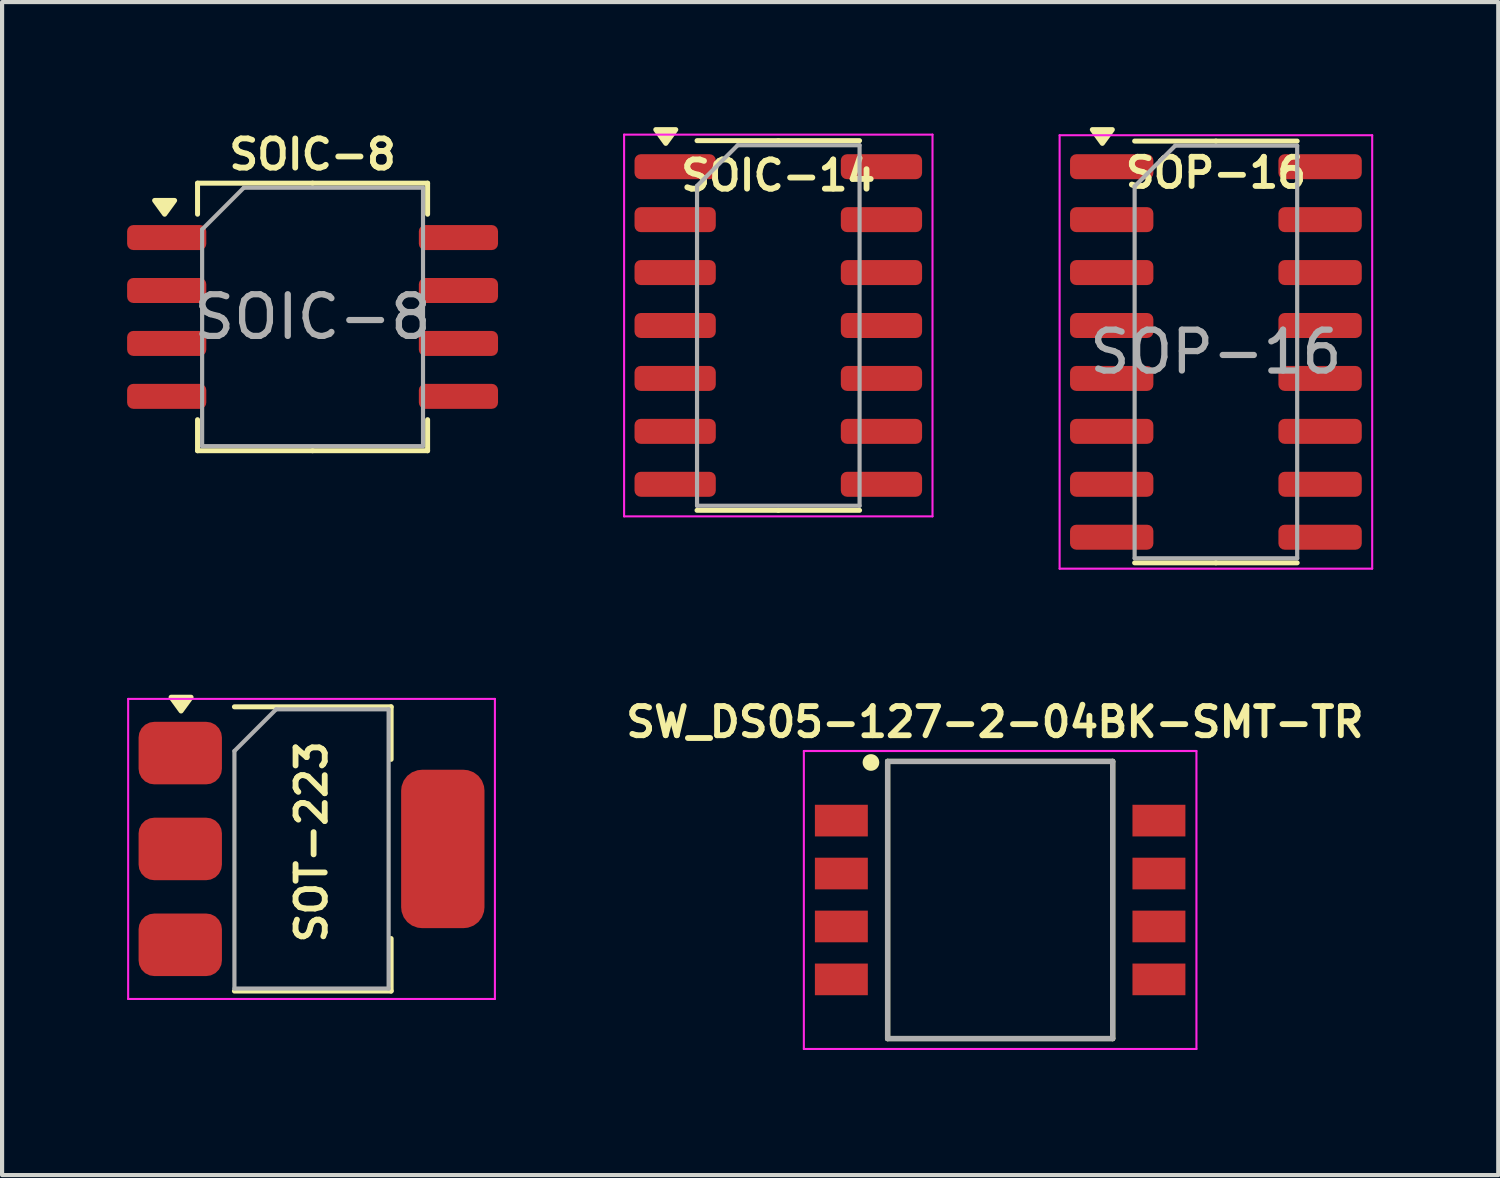
<source format=kicad_pcb>
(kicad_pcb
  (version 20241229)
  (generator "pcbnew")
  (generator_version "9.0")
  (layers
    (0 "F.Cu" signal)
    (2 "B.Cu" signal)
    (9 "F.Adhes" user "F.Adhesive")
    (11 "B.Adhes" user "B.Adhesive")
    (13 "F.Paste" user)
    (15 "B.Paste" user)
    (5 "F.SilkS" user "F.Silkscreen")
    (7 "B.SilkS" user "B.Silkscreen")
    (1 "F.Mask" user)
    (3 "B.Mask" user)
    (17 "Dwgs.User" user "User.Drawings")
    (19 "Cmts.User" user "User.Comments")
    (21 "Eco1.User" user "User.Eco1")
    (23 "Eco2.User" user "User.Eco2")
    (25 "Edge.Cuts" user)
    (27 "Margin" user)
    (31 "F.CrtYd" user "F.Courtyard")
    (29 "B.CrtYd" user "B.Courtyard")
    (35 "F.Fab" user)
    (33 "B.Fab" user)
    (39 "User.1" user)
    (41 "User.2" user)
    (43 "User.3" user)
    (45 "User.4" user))
  (footprint "SW_DS05-127-2-04BK-SMT-TR"
    (layer "F.Cu")
    (at 20.948 18.545)
    (property "Reference" "SW_DS05-127-2-04BK-SMT-TR" (at -0.125 -4.27 0) (layer "F.SilkS") (effects (font (size 0.7 0.7) (thickness 0.14) (bold yes))))
    (attr smd)
    (fp_line (start -2.7 -3.325) (end -2.7 3.325) (stroke (width 0.127) (type solid)) (layer "F.SilkS"))
    (fp_line (start -2.7 3.325) (end 2.7 3.325) (stroke (width 0.127) (type solid)) (layer "F.SilkS"))
    (fp_line (start 2.7 -3.325) (end -2.7 -3.325) (stroke (width 0.127) (type solid)) (layer "F.SilkS"))
    (fp_line (start 2.7 -3.325) (end 2.7 3.325) (stroke (width 0.127) (type solid)) (layer "F.SilkS"))
    (fp_circle (center -3.1 -3.3) (end -3 -3.3) (stroke (width 0.2) (type solid)) (fill no) (layer "F.SilkS"))
    (fp_line (start -4.71 -3.575) (end 4.71 -3.575) (stroke (width 0.05) (type solid)) (layer "F.CrtYd"))
    (fp_line (start -4.71 3.575) (end -4.71 -3.575) (stroke (width 0.05) (type solid)) (layer "F.CrtYd"))
    (fp_line (start 4.71 -3.575) (end 4.71 3.575) (stroke (width 0.05) (type solid)) (layer "F.CrtYd"))
    (fp_line (start 4.71 3.575) (end -4.71 3.575) (stroke (width 0.05) (type solid)) (layer "F.CrtYd"))
    (fp_line (start -2.7 -3.325) (end -2.7 3.325) (stroke (width 0.127) (type solid)) (layer "F.Fab"))
    (fp_line (start -2.7 3.325) (end 2.7 3.325) (stroke (width 0.127) (type solid)) (layer "F.Fab"))
    (fp_line (start 2.7 -3.325) (end -2.7 -3.325) (stroke (width 0.127) (type solid)) (layer "F.Fab"))
    (fp_line (start 2.7 3.325) (end 2.7 -3.325) (stroke (width 0.127) (type solid)) (layer "F.Fab"))
    (pad "1" smd rect (at -3.81 -1.905) (size 1.27 0.76) (layers "F.Cu" "F.Mask" "F.Paste"))
    (pad "2" smd rect (at -3.81 -0.635) (size 1.27 0.76) (layers "F.Cu" "F.Mask" "F.Paste"))
    (pad "3" smd rect (at -3.81 0.635) (size 1.27 0.76) (layers "F.Cu" "F.Mask" "F.Paste"))
    (pad "4" smd rect (at -3.81 1.905) (size 1.27 0.76) (layers "F.Cu" "F.Mask" "F.Paste"))
    (pad "5" smd rect (at 3.81 1.905) (size 1.27 0.76) (layers "F.Cu" "F.Mask" "F.Paste"))
    (pad "6" smd rect (at 3.81 0.635) (size 1.27 0.76) (layers "F.Cu" "F.Mask" "F.Paste"))
    (pad "7" smd rect (at 3.81 -0.635) (size 1.27 0.76) (layers "F.Cu" "F.Mask" "F.Paste"))
    (pad "8" smd rect (at 3.81 -1.905) (size 1.27 0.76) (layers "F.Cu" "F.Mask" "F.Paste")))
  (footprint "SOIC-14"
    (layer "F.Cu")
    (at 15.625 4.76)
    (property "Reference" "SOIC-14" (at 0 -3.6 0) (layer "F.SilkS") (effects (font (size 0.7 0.7) (thickness 0.14) (bold yes))))
    (attr smd)
    (fp_line (start 0 -4.435) (end -1.95 -4.435) (stroke (width 0.12) (type solid)) (layer "F.SilkS"))
    (fp_line (start 0 -4.435) (end 1.95 -4.435) (stroke (width 0.12) (type solid)) (layer "F.SilkS"))
    (fp_line (start 0 4.435) (end -1.95 4.435) (stroke (width 0.12) (type solid)) (layer "F.SilkS"))
    (fp_line (start 0 4.435) (end 1.95 4.435) (stroke (width 0.12) (type solid)) (layer "F.SilkS"))
    (fp_poly (pts (xy -2.7 -4.37) (xy -2.94 -4.7) (xy -2.46 -4.7) (xy -2.7 -4.37)) (stroke (width 0.12) (type solid)) (fill yes) (layer "F.SilkS"))
    (fp_line (start -3.7 -4.58) (end -3.7 4.58) (stroke (width 0.05) (type solid)) (layer "F.CrtYd"))
    (fp_line (start -3.7 4.58) (end 3.7 4.58) (stroke (width 0.05) (type solid)) (layer "F.CrtYd"))
    (fp_line (start 3.7 -4.58) (end -3.7 -4.58) (stroke (width 0.05) (type solid)) (layer "F.CrtYd"))
    (fp_line (start 3.7 4.58) (end 3.7 -4.58) (stroke (width 0.05) (type solid)) (layer "F.CrtYd"))
    (fp_line (start -1.95 -3.35) (end -0.975 -4.325) (stroke (width 0.1) (type solid)) (layer "F.Fab"))
    (fp_line (start -1.95 4.325) (end -1.95 -3.35) (stroke (width 0.1) (type solid)) (layer "F.Fab"))
    (fp_line (start -0.975 -4.325) (end 1.95 -4.325) (stroke (width 0.1) (type solid)) (layer "F.Fab"))
    (fp_line (start 1.95 -4.325) (end 1.95 4.325) (stroke (width 0.1) (type solid)) (layer "F.Fab"))
    (fp_line (start 1.95 4.325) (end -1.95 4.325) (stroke (width 0.1) (type solid)) (layer "F.Fab"))
    (pad "1" smd roundrect (at -2.475 -3.81) (size 1.95 0.6) (layers "F.Cu" "F.Mask" "F.Paste") (roundrect_rratio 0.25))
    (pad "2" smd roundrect (at -2.475 -2.54) (size 1.95 0.6) (layers "F.Cu" "F.Mask" "F.Paste") (roundrect_rratio 0.25))
    (pad "3" smd roundrect (at -2.475 -1.27) (size 1.95 0.6) (layers "F.Cu" "F.Mask" "F.Paste") (roundrect_rratio 0.25))
    (pad "4" smd roundrect (at -2.475 0) (size 1.95 0.6) (layers "F.Cu" "F.Mask" "F.Paste") (roundrect_rratio 0.25))
    (pad "5" smd roundrect (at -2.475 1.27) (size 1.95 0.6) (layers "F.Cu" "F.Mask" "F.Paste") (roundrect_rratio 0.25))
    (pad "6" smd roundrect (at -2.475 2.54) (size 1.95 0.6) (layers "F.Cu" "F.Mask" "F.Paste") (roundrect_rratio 0.25))
    (pad "7" smd roundrect (at -2.475 3.81) (size 1.95 0.6) (layers "F.Cu" "F.Mask" "F.Paste") (roundrect_rratio 0.25))
    (pad "8" smd roundrect (at 2.475 3.81) (size 1.95 0.6) (layers "F.Cu" "F.Mask" "F.Paste") (roundrect_rratio 0.25))
    (pad "9" smd roundrect (at 2.475 2.54) (size 1.95 0.6) (layers "F.Cu" "F.Mask" "F.Paste") (roundrect_rratio 0.25))
    (pad "10" smd roundrect (at 2.475 1.27) (size 1.95 0.6) (layers "F.Cu" "F.Mask" "F.Paste") (roundrect_rratio 0.25))
    (pad "11" smd roundrect (at 2.475 0) (size 1.95 0.6) (layers "F.Cu" "F.Mask" "F.Paste") (roundrect_rratio 0.25))
    (pad "12" smd roundrect (at 2.475 -1.27) (size 1.95 0.6) (layers "F.Cu" "F.Mask" "F.Paste") (roundrect_rratio 0.25))
    (pad "13" smd roundrect (at 2.475 -2.54) (size 1.95 0.6) (layers "F.Cu" "F.Mask" "F.Paste") (roundrect_rratio 0.25))
    (pad "14" smd roundrect (at 2.475 -3.81) (size 1.95 0.6) (layers "F.Cu" "F.Mask" "F.Paste") (roundrect_rratio 0.25)))
  (footprint "SOP-16"
    (layer "F.Cu")
    (at 26.125 5.395)
    (property "Reference" "SOP-16" (at 0 -4.3 0) (layer "F.SilkS") (effects (font (size 0.7 0.7) (thickness 0.14) (bold yes))))
    (attr smd)
    (fp_line (start 0 -5.06) (end -1.95 -5.06) (stroke (width 0.12) (type solid)) (layer "F.SilkS"))
    (fp_line (start 0 -5.06) (end 1.95 -5.06) (stroke (width 0.12) (type solid)) (layer "F.SilkS"))
    (fp_line (start 0 5.06) (end -1.95 5.06) (stroke (width 0.12) (type solid)) (layer "F.SilkS"))
    (fp_line (start 0 5.06) (end 1.95 5.06) (stroke (width 0.12) (type solid)) (layer "F.SilkS"))
    (fp_poly (pts (xy -2.725 -5.005) (xy -2.965 -5.335) (xy -2.485 -5.335) (xy -2.725 -5.005)) (stroke (width 0.12) (type solid)) (fill yes) (layer "F.SilkS"))
    (fp_line (start -3.75 -5.2) (end -3.75 5.2) (stroke (width 0.05) (type solid)) (layer "F.CrtYd"))
    (fp_line (start -3.75 5.2) (end 3.75 5.2) (stroke (width 0.05) (type solid)) (layer "F.CrtYd"))
    (fp_line (start 3.75 -5.2) (end -3.75 -5.2) (stroke (width 0.05) (type solid)) (layer "F.CrtYd"))
    (fp_line (start 3.75 5.2) (end 3.75 -5.2) (stroke (width 0.05) (type solid)) (layer "F.CrtYd"))
    (fp_line (start -1.95 -3.975) (end -0.975 -4.95) (stroke (width 0.1) (type solid)) (layer "F.Fab"))
    (fp_line (start -1.95 4.95) (end -1.95 -3.975) (stroke (width 0.1) (type solid)) (layer "F.Fab"))
    (fp_line (start -0.975 -4.95) (end 1.95 -4.95) (stroke (width 0.1) (type solid)) (layer "F.Fab"))
    (fp_line (start 1.95 -4.95) (end 1.95 4.95) (stroke (width 0.1) (type solid)) (layer "F.Fab"))
    (fp_line (start 1.95 4.95) (end -1.95 4.95) (stroke (width 0.1) (type solid)) (layer "F.Fab"))
    (fp_text user "${REFERENCE}" (at 0 0 0) (layer "F.Fab") (effects (font (size 0.98 0.98) (thickness 0.15))))
    (pad "1" smd roundrect (at -2.5 -4.445) (size 2 0.6) (layers "F.Cu" "F.Mask" "F.Paste") (roundrect_rratio 0.25))
    (pad "2" smd roundrect (at -2.5 -3.175) (size 2 0.6) (layers "F.Cu" "F.Mask" "F.Paste") (roundrect_rratio 0.25))
    (pad "3" smd roundrect (at -2.5 -1.905) (size 2 0.6) (layers "F.Cu" "F.Mask" "F.Paste") (roundrect_rratio 0.25))
    (pad "4" smd roundrect (at -2.5 -0.635) (size 2 0.6) (layers "F.Cu" "F.Mask" "F.Paste") (roundrect_rratio 0.25))
    (pad "5" smd roundrect (at -2.5 0.635) (size 2 0.6) (layers "F.Cu" "F.Mask" "F.Paste") (roundrect_rratio 0.25))
    (pad "6" smd roundrect (at -2.5 1.905) (size 2 0.6) (layers "F.Cu" "F.Mask" "F.Paste") (roundrect_rratio 0.25))
    (pad "7" smd roundrect (at -2.5 3.175) (size 2 0.6) (layers "F.Cu" "F.Mask" "F.Paste") (roundrect_rratio 0.25))
    (pad "8" smd roundrect (at -2.5 4.445) (size 2 0.6) (layers "F.Cu" "F.Mask" "F.Paste") (roundrect_rratio 0.25))
    (pad "9" smd roundrect (at 2.5 4.445) (size 2 0.6) (layers "F.Cu" "F.Mask" "F.Paste") (roundrect_rratio 0.25))
    (pad "10" smd roundrect (at 2.5 3.175) (size 2 0.6) (layers "F.Cu" "F.Mask" "F.Paste") (roundrect_rratio 0.25))
    (pad "11" smd roundrect (at 2.5 1.905) (size 2 0.6) (layers "F.Cu" "F.Mask" "F.Paste") (roundrect_rratio 0.25))
    (pad "12" smd roundrect (at 2.5 0.635) (size 2 0.6) (layers "F.Cu" "F.Mask" "F.Paste") (roundrect_rratio 0.25))
    (pad "13" smd roundrect (at 2.5 -0.635) (size 2 0.6) (layers "F.Cu" "F.Mask" "F.Paste") (roundrect_rratio 0.25))
    (pad "14" smd roundrect (at 2.5 -1.905) (size 2 0.6) (layers "F.Cu" "F.Mask" "F.Paste") (roundrect_rratio 0.25))
    (pad "15" smd roundrect (at 2.5 -3.175) (size 2 0.6) (layers "F.Cu" "F.Mask" "F.Paste") (roundrect_rratio 0.25))
    (pad "16" smd roundrect (at 2.5 -4.445) (size 2 0.6) (layers "F.Cu" "F.Mask" "F.Paste") (roundrect_rratio 0.25)))
  (footprint "SOT-223"
    (layer "F.Cu")
    (at 4.425 17.32)
    (property "Reference" "SOT-223" (at 0 -0.17 90) (layer "F.SilkS") (effects (font (size 0.7 0.7) (thickness 0.14) (bold yes))))
    (attr smd)
    (fp_line (start -1.85 -3.41) (end 1.91 -3.41) (stroke (width 0.12) (type solid)) (layer "F.SilkS"))
    (fp_line (start -1.85 3.41) (end 1.91 3.41) (stroke (width 0.12) (type solid)) (layer "F.SilkS"))
    (fp_line (start 1.91 -3.41) (end 1.91 -2.15) (stroke (width 0.12) (type solid)) (layer "F.SilkS"))
    (fp_line (start 1.91 3.41) (end 1.91 2.15) (stroke (width 0.12) (type solid)) (layer "F.SilkS"))
    (fp_poly (pts (xy -3.13 -3.31) (xy -3.37 -3.64) (xy -2.89 -3.64) (xy -3.13 -3.31)) (stroke (width 0.12) (type solid)) (fill yes) (layer "F.SilkS"))
    (fp_line (start -4.4 -3.6) (end -4.4 3.6) (stroke (width 0.05) (type solid)) (layer "F.CrtYd"))
    (fp_line (start -4.4 3.6) (end 4.4 3.6) (stroke (width 0.05) (type solid)) (layer "F.CrtYd"))
    (fp_line (start 4.4 -3.6) (end -4.4 -3.6) (stroke (width 0.05) (type solid)) (layer "F.CrtYd"))
    (fp_line (start 4.4 3.6) (end 4.4 -3.6) (stroke (width 0.05) (type solid)) (layer "F.CrtYd"))
    (fp_line (start -1.85 -2.35) (end -1.85 3.35) (stroke (width 0.1) (type solid)) (layer "F.Fab"))
    (fp_line (start -1.85 -2.35) (end -0.85 -3.35) (stroke (width 0.1) (type solid)) (layer "F.Fab"))
    (fp_line (start -1.85 3.35) (end 1.85 3.35) (stroke (width 0.1) (type solid)) (layer "F.Fab"))
    (fp_line (start -0.85 -3.35) (end 1.85 -3.35) (stroke (width 0.1) (type solid)) (layer "F.Fab"))
    (fp_line (start 1.85 -3.35) (end 1.85 3.35) (stroke (width 0.1) (type solid)) (layer "F.Fab"))
    (pad "1" smd roundrect (at -3.15 -2.3) (size 2 1.5) (layers "F.Cu" "F.Mask" "F.Paste") (roundrect_rratio 0.25))
    (pad "2" smd roundrect (at -3.15 0) (size 2 1.5) (layers "F.Cu" "F.Mask" "F.Paste") (roundrect_rratio 0.25))
    (pad "2" smd roundrect (at 3.15 0) (size 2 3.8) (layers "F.Cu" "F.Mask" "F.Paste") (roundrect_rratio 0.25))
    (pad "3" smd roundrect (at -3.15 2.3) (size 2 1.5) (layers "F.Cu" "F.Mask" "F.Paste") (roundrect_rratio 0.25)))
  (footprint "SOIC-8"
    (layer "F.Cu")
    (at 4.45 4.555)
    (property "Reference" "SOIC-8" (at 0 -3.9 0) (layer "F.SilkS") (effects (font (size 0.7 0.7) (thickness 0.14) (bold yes))))
    (attr smd)
    (fp_line (start -2.76 -3.21) (end -2.76 -2.465) (stroke (width 0.12) (type solid)) (layer "F.SilkS"))
    (fp_line (start -2.76 3.21) (end -2.76 2.465) (stroke (width 0.12) (type solid)) (layer "F.SilkS"))
    (fp_line (start 0 -3.21) (end -2.76 -3.21) (stroke (width 0.12) (type solid)) (layer "F.SilkS"))
    (fp_line (start 0 -3.21) (end 2.76 -3.21) (stroke (width 0.12) (type solid)) (layer "F.SilkS"))
    (fp_line (start 0 3.21) (end -2.76 3.21) (stroke (width 0.12) (type solid)) (layer "F.SilkS"))
    (fp_line (start 0 3.21) (end 2.76 3.21) (stroke (width 0.12) (type solid)) (layer "F.SilkS"))
    (fp_line (start 2.76 -3.21) (end 2.76 -2.465) (stroke (width 0.12) (type solid)) (layer "F.SilkS"))
    (fp_line (start 2.76 3.21) (end 2.76 2.465) (stroke (width 0.12) (type solid)) (layer "F.SilkS"))
    (fp_poly (pts (xy -3.55 -2.465) (xy -3.79 -2.795) (xy -3.31 -2.795) (xy -3.55 -2.465)) (stroke (width 0.12) (type solid)) (fill yes) (layer "F.SilkS"))
    (fp_line (start -2.65 -2.1) (end -1.65 -3.1) (stroke (width 0.1) (type solid)) (layer "F.Fab"))
    (fp_line (start -2.65 3.1) (end -2.65 -2.1) (stroke (width 0.1) (type solid)) (layer "F.Fab"))
    (fp_line (start -1.65 -3.1) (end 2.65 -3.1) (stroke (width 0.1) (type solid)) (layer "F.Fab"))
    (fp_line (start 2.65 -3.1) (end 2.65 3.1) (stroke (width 0.1) (type solid)) (layer "F.Fab"))
    (fp_line (start 2.65 3.1) (end -2.65 3.1) (stroke (width 0.1) (type solid)) (layer "F.Fab"))
    (fp_text user "${REFERENCE}" (at 0 0 0) (layer "F.Fab") (effects (font (size 1 1) (thickness 0.15))))
    (pad "1" smd roundrect (at -3.5 -1.905) (size 1.9 0.6) (layers "F.Cu" "F.Mask" "F.Paste") (roundrect_rratio 0.25))
    (pad "2" smd roundrect (at -3.5 -0.635) (size 1.9 0.6) (layers "F.Cu" "F.Mask" "F.Paste") (roundrect_rratio 0.25))
    (pad "3" smd roundrect (at -3.5 0.635) (size 1.9 0.6) (layers "F.Cu" "F.Mask" "F.Paste") (roundrect_rratio 0.25))
    (pad "4" smd roundrect (at -3.5 1.905) (size 1.9 0.6) (layers "F.Cu" "F.Mask" "F.Paste") (roundrect_rratio 0.25))
    (pad "5" smd roundrect (at 3.5 1.905) (size 1.9 0.6) (layers "F.Cu" "F.Mask" "F.Paste") (roundrect_rratio 0.25))
    (pad "6" smd roundrect (at 3.5 0.635) (size 1.9 0.6) (layers "F.Cu" "F.Mask" "F.Paste") (roundrect_rratio 0.25))
    (pad "7" smd roundrect (at 3.5 -0.635) (size 1.9 0.6) (layers "F.Cu" "F.Mask" "F.Paste") (roundrect_rratio 0.25))
    (pad "8" smd roundrect (at 3.5 -1.905) (size 1.9 0.6) (layers "F.Cu" "F.Mask" "F.Paste") (roundrect_rratio 0.25)))
  (gr_rect
    (start -3 -3)
    (end 32.9 25.145)
    (stroke (width 0.1) (type default))
    (fill no)
    (layer "Edge.Cuts")))
</source>
